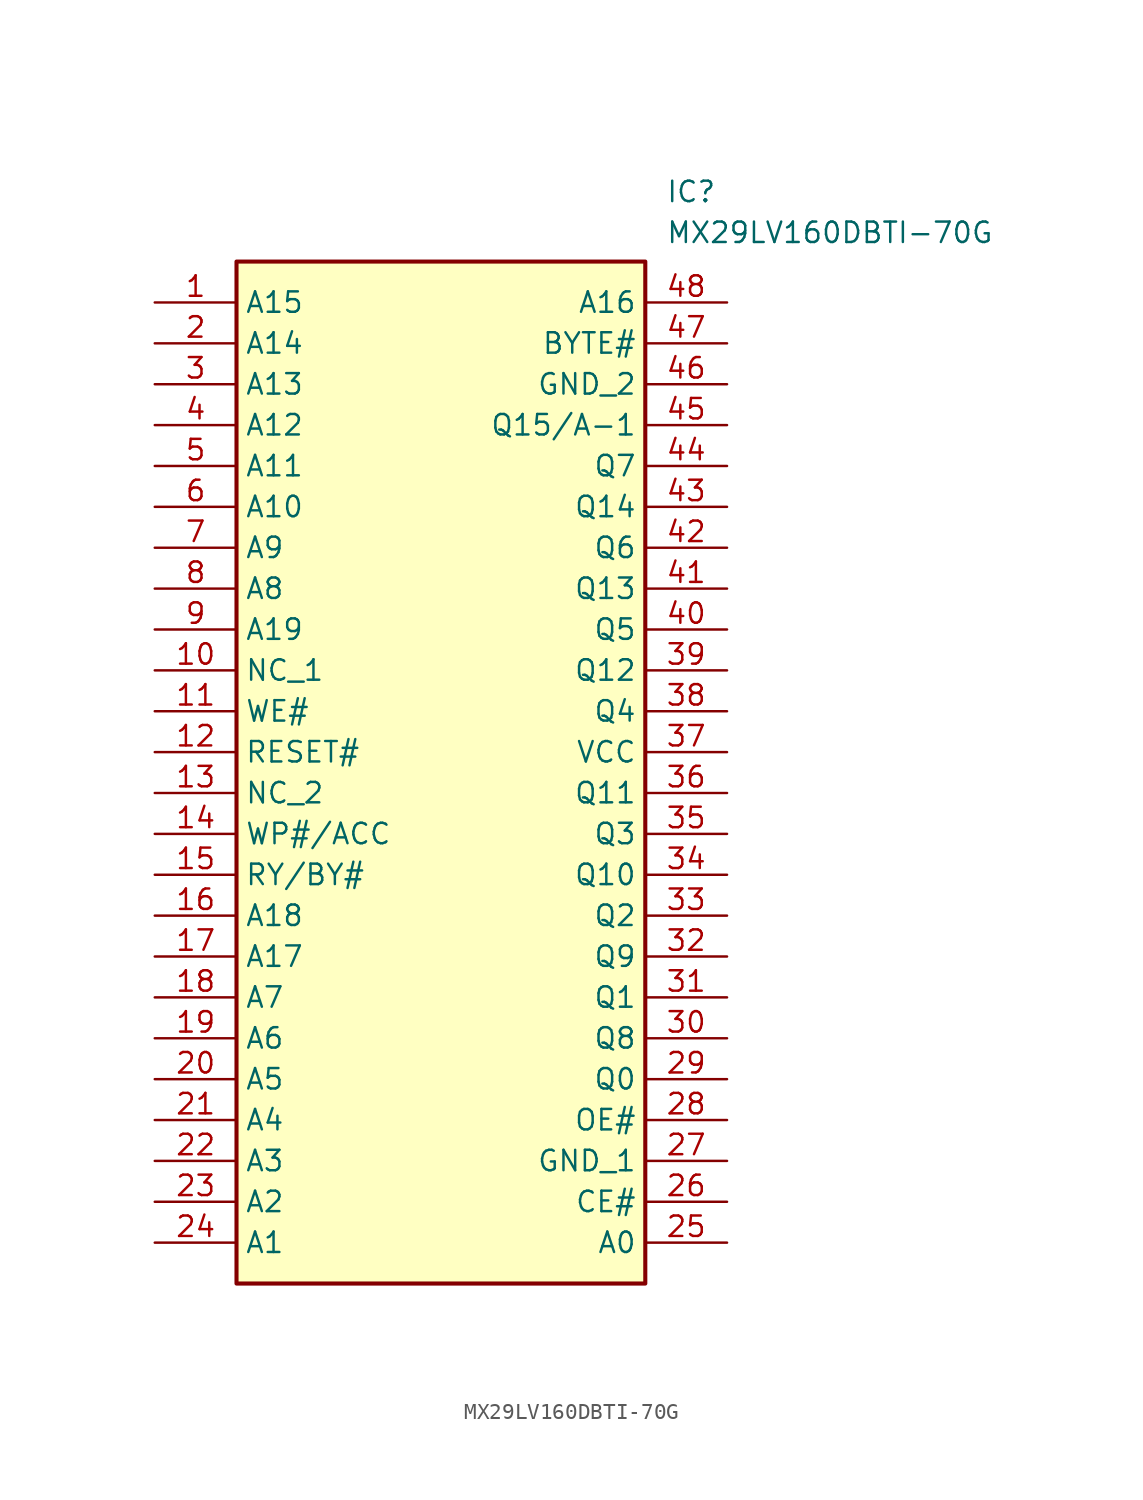
<source format=kicad_sym>
(kicad_symbol_lib
  (version 20211014)
  (generator SamacSys_ECAD_Model)
  (symbol "MX29LV160DBTI-70G"
    (property "Reference" "IC"
      (at 31.75 7.62 0)
      (effects (font (size 1.27 1.27)) (justify left top)))
    (property "Value" "MX29LV160DBTI-70G"
      (at 31.75 5.08 0)
      (effects (font (size 1.27 1.27)) (justify left top)))
    (rectangle
      (start 5.08 2.54)
      (end 30.48 -60.96)
      (stroke (width 0.254) (type default))
      (fill (type background)))
    (pin passive line
      (at 0 0 0)
      (length 5.08)
      (name "A15" (effects (font (size 1.27 1.27))))
      (number "1" (effects (font (size 1.27 1.27)))))
    (pin passive line
      (at 0 -2.54 0)
      (length 5.08)
      (name "A14" (effects (font (size 1.27 1.27))))
      (number "2" (effects (font (size 1.27 1.27)))))
    (pin passive line
      (at 0 -5.08 0)
      (length 5.08)
      (name "A13" (effects (font (size 1.27 1.27))))
      (number "3" (effects (font (size 1.27 1.27)))))
    (pin passive line
      (at 0 -7.62 0)
      (length 5.08)
      (name "A12" (effects (font (size 1.27 1.27))))
      (number "4" (effects (font (size 1.27 1.27)))))
    (pin passive line
      (at 0 -10.16 0)
      (length 5.08)
      (name "A11" (effects (font (size 1.27 1.27))))
      (number "5" (effects (font (size 1.27 1.27)))))
    (pin passive line
      (at 0 -12.7 0)
      (length 5.08)
      (name "A10" (effects (font (size 1.27 1.27))))
      (number "6" (effects (font (size 1.27 1.27)))))
    (pin passive line
      (at 0 -15.24 0)
      (length 5.08)
      (name "A9" (effects (font (size 1.27 1.27))))
      (number "7" (effects (font (size 1.27 1.27)))))
    (pin passive line
      (at 0 -17.78 0)
      (length 5.08)
      (name "A8" (effects (font (size 1.27 1.27))))
      (number "8" (effects (font (size 1.27 1.27)))))
    (pin passive line
      (at 0 -20.32 0)
      (length 5.08)
      (name "A19" (effects (font (size 1.27 1.27))))
      (number "9" (effects (font (size 1.27 1.27)))))
    (pin passive line
      (at 0 -22.86 0)
      (length 5.08)
      (name "NC_1" (effects (font (size 1.27 1.27))))
      (number "10" (effects (font (size 1.27 1.27)))))
    (pin passive line
      (at 0 -25.4 0)
      (length 5.08)
      (name "WE#" (effects (font (size 1.27 1.27))))
      (number "11" (effects (font (size 1.27 1.27)))))
    (pin passive line
      (at 0 -27.94 0)
      (length 5.08)
      (name "RESET#" (effects (font (size 1.27 1.27))))
      (number "12" (effects (font (size 1.27 1.27)))))
    (pin passive line
      (at 0 -30.48 0)
      (length 5.08)
      (name "NC_2" (effects (font (size 1.27 1.27))))
      (number "13" (effects (font (size 1.27 1.27)))))
    (pin passive line
      (at 0 -33.02 0)
      (length 5.08)
      (name "WP#/ACC" (effects (font (size 1.27 1.27))))
      (number "14" (effects (font (size 1.27 1.27)))))
    (pin passive line
      (at 0 -35.56 0)
      (length 5.08)
      (name "RY/BY#" (effects (font (size 1.27 1.27))))
      (number "15" (effects (font (size 1.27 1.27)))))
    (pin passive line
      (at 0 -38.1 0)
      (length 5.08)
      (name "A18" (effects (font (size 1.27 1.27))))
      (number "16" (effects (font (size 1.27 1.27)))))
    (pin passive line
      (at 0 -40.64 0)
      (length 5.08)
      (name "A17" (effects (font (size 1.27 1.27))))
      (number "17" (effects (font (size 1.27 1.27)))))
    (pin passive line
      (at 0 -43.18 0)
      (length 5.08)
      (name "A7" (effects (font (size 1.27 1.27))))
      (number "18" (effects (font (size 1.27 1.27)))))
    (pin passive line
      (at 0 -45.72 0)
      (length 5.08)
      (name "A6" (effects (font (size 1.27 1.27))))
      (number "19" (effects (font (size 1.27 1.27)))))
    (pin passive line
      (at 0 -48.26 0)
      (length 5.08)
      (name "A5" (effects (font (size 1.27 1.27))))
      (number "20" (effects (font (size 1.27 1.27)))))
    (pin passive line
      (at 0 -50.8 0)
      (length 5.08)
      (name "A4" (effects (font (size 1.27 1.27))))
      (number "21" (effects (font (size 1.27 1.27)))))
    (pin passive line
      (at 0 -53.34 0)
      (length 5.08)
      (name "A3" (effects (font (size 1.27 1.27))))
      (number "22" (effects (font (size 1.27 1.27)))))
    (pin passive line
      (at 0 -55.88 0)
      (length 5.08)
      (name "A2" (effects (font (size 1.27 1.27))))
      (number "23" (effects (font (size 1.27 1.27)))))
    (pin passive line
      (at 0 -58.42 0)
      (length 5.08)
      (name "A1" (effects (font (size 1.27 1.27))))
      (number "24" (effects (font (size 1.27 1.27)))))
    (pin passive line
      (at 35.56 0 180)
      (length 5.08)
      (name "A16" (effects (font (size 1.27 1.27))))
      (number "48" (effects (font (size 1.27 1.27)))))
    (pin passive line
      (at 35.56 -2.54 180)
      (length 5.08)
      (name "BYTE#" (effects (font (size 1.27 1.27))))
      (number "47" (effects (font (size 1.27 1.27)))))
    (pin passive line
      (at 35.56 -5.08 180)
      (length 5.08)
      (name "GND_2" (effects (font (size 1.27 1.27))))
      (number "46" (effects (font (size 1.27 1.27)))))
    (pin passive line
      (at 35.56 -7.62 180)
      (length 5.08)
      (name "Q15/A-1" (effects (font (size 1.27 1.27))))
      (number "45" (effects (font (size 1.27 1.27)))))
    (pin passive line
      (at 35.56 -10.16 180)
      (length 5.08)
      (name "Q7" (effects (font (size 1.27 1.27))))
      (number "44" (effects (font (size 1.27 1.27)))))
    (pin passive line
      (at 35.56 -12.7 180)
      (length 5.08)
      (name "Q14" (effects (font (size 1.27 1.27))))
      (number "43" (effects (font (size 1.27 1.27)))))
    (pin passive line
      (at 35.56 -15.24 180)
      (length 5.08)
      (name "Q6" (effects (font (size 1.27 1.27))))
      (number "42" (effects (font (size 1.27 1.27)))))
    (pin passive line
      (at 35.56 -17.78 180)
      (length 5.08)
      (name "Q13" (effects (font (size 1.27 1.27))))
      (number "41" (effects (font (size 1.27 1.27)))))
    (pin passive line
      (at 35.56 -20.32 180)
      (length 5.08)
      (name "Q5" (effects (font (size 1.27 1.27))))
      (number "40" (effects (font (size 1.27 1.27)))))
    (pin passive line
      (at 35.56 -22.86 180)
      (length 5.08)
      (name "Q12" (effects (font (size 1.27 1.27))))
      (number "39" (effects (font (size 1.27 1.27)))))
    (pin passive line
      (at 35.56 -25.4 180)
      (length 5.08)
      (name "Q4" (effects (font (size 1.27 1.27))))
      (number "38" (effects (font (size 1.27 1.27)))))
    (pin passive line
      (at 35.56 -27.94 180)
      (length 5.08)
      (name "VCC" (effects (font (size 1.27 1.27))))
      (number "37" (effects (font (size 1.27 1.27)))))
    (pin passive line
      (at 35.56 -30.48 180)
      (length 5.08)
      (name "Q11" (effects (font (size 1.27 1.27))))
      (number "36" (effects (font (size 1.27 1.27)))))
    (pin passive line
      (at 35.56 -33.02 180)
      (length 5.08)
      (name "Q3" (effects (font (size 1.27 1.27))))
      (number "35" (effects (font (size 1.27 1.27)))))
    (pin passive line
      (at 35.56 -35.56 180)
      (length 5.08)
      (name "Q10" (effects (font (size 1.27 1.27))))
      (number "34" (effects (font (size 1.27 1.27)))))
    (pin passive line
      (at 35.56 -38.1 180)
      (length 5.08)
      (name "Q2" (effects (font (size 1.27 1.27))))
      (number "33" (effects (font (size 1.27 1.27)))))
    (pin passive line
      (at 35.56 -40.64 180)
      (length 5.08)
      (name "Q9" (effects (font (size 1.27 1.27))))
      (number "32" (effects (font (size 1.27 1.27)))))
    (pin passive line
      (at 35.56 -43.18 180)
      (length 5.08)
      (name "Q1" (effects (font (size 1.27 1.27))))
      (number "31" (effects (font (size 1.27 1.27)))))
    (pin passive line
      (at 35.56 -45.72 180)
      (length 5.08)
      (name "Q8" (effects (font (size 1.27 1.27))))
      (number "30" (effects (font (size 1.27 1.27)))))
    (pin passive line
      (at 35.56 -48.26 180)
      (length 5.08)
      (name "Q0" (effects (font (size 1.27 1.27))))
      (number "29" (effects (font (size 1.27 1.27)))))
    (pin passive line
      (at 35.56 -50.8 180)
      (length 5.08)
      (name "OE#" (effects (font (size 1.27 1.27))))
      (number "28" (effects (font (size 1.27 1.27)))))
    (pin passive line
      (at 35.56 -53.34 180)
      (length 5.08)
      (name "GND_1" (effects (font (size 1.27 1.27))))
      (number "27" (effects (font (size 1.27 1.27)))))
    (pin passive line
      (at 35.56 -55.88 180)
      (length 5.08)
      (name "CE#" (effects (font (size 1.27 1.27))))
      (number "26" (effects (font (size 1.27 1.27)))))
    (pin passive line
      (at 35.56 -58.42 180)
      (length 5.08)
      (name "A0" (effects (font (size 1.27 1.27))))
      (number "25" (effects (font (size 1.27 1.27)))))))
</source>
